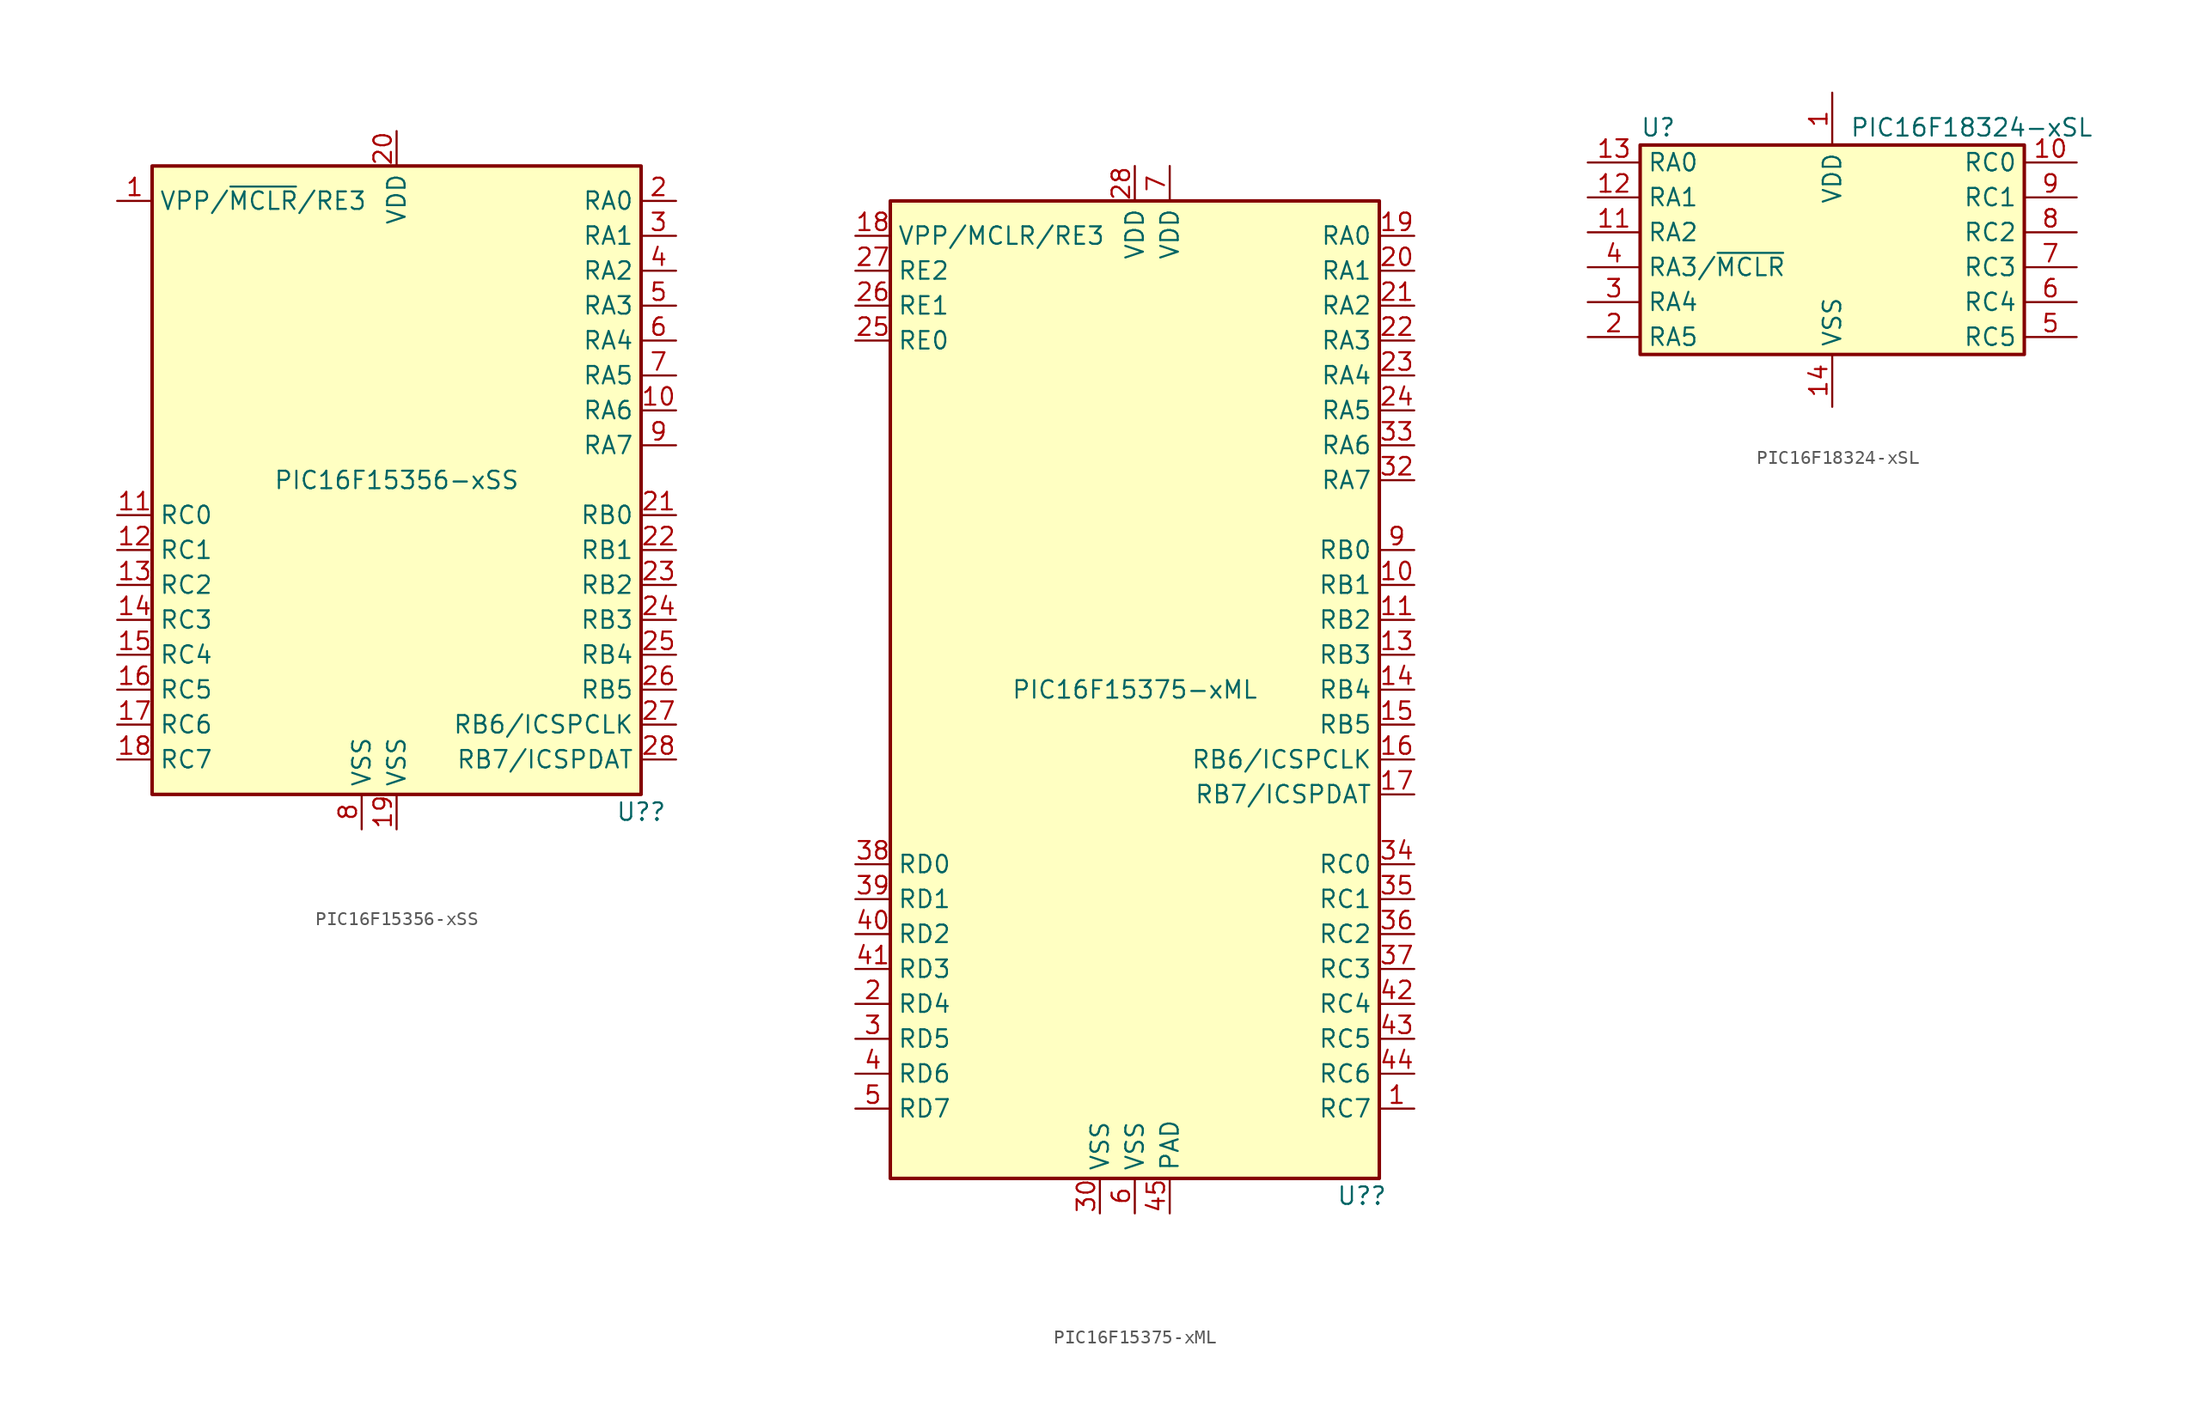
<source format=kicad_sym>
(kicad_symbol_lib
  (version 20211014)
  (generator kicad_symbol_editor)
  (symbol "PIC16F15356-xSS"
    (property "Reference" "U?"
      (at 17.78 -24.13 0)
      (effects (font (size 1.27 1.27))))
    (property "Value" "PIC16F15356-xSS"
      (at 0 0 0)
      (effects (font (size 1.27 1.27))))
    (symbol "PIC16F15356-xSS_0_1"
      (rectangle (start 17.78 22.86) (end -17.78 -22.86) (stroke (width 0.254) (type default) (color 0 0 0 0)) (fill (type background))))
    (symbol "PIC16F15356-xSS_1_1"
      (pin bidirectional line (at -20.32 20.32 0) (length 2.54) (name "VPP/~{MCLR}/RE3" (effects (font (size 1.27 1.27)))) (number "1" (effects (font (size 1.27 1.27)))))
      (pin bidirectional line (at 20.32 5.08 180) (length 2.54) (name "RA6" (effects (font (size 1.27 1.27)))) (number "10" (effects (font (size 1.27 1.27)))))
      (pin bidirectional line (at -20.32 -2.54 0) (length 2.54) (name "RC0" (effects (font (size 1.27 1.27)))) (number "11" (effects (font (size 1.27 1.27)))))
      (pin bidirectional line (at -20.32 -5.08 0) (length 2.54) (name "RC1" (effects (font (size 1.27 1.27)))) (number "12" (effects (font (size 1.27 1.27)))))
      (pin bidirectional line (at -20.32 -7.62 0) (length 2.54) (name "RC2" (effects (font (size 1.27 1.27)))) (number "13" (effects (font (size 1.27 1.27)))))
      (pin bidirectional line (at -20.32 -10.16 0) (length 2.54) (name "RC3" (effects (font (size 1.27 1.27)))) (number "14" (effects (font (size 1.27 1.27)))))
      (pin bidirectional line (at -20.32 -12.7 0) (length 2.54) (name "RC4" (effects (font (size 1.27 1.27)))) (number "15" (effects (font (size 1.27 1.27)))))
      (pin bidirectional line (at -20.32 -15.24 0) (length 2.54) (name "RC5" (effects (font (size 1.27 1.27)))) (number "16" (effects (font (size 1.27 1.27)))))
      (pin bidirectional line (at -20.32 -17.78 0) (length 2.54) (name "RC6" (effects (font (size 1.27 1.27)))) (number "17" (effects (font (size 1.27 1.27)))))
      (pin bidirectional line (at -20.32 -20.32 0) (length 2.54) (name "RC7" (effects (font (size 1.27 1.27)))) (number "18" (effects (font (size 1.27 1.27)))))
      (pin power_in line (at 0 -25.4 90) (length 2.54) (name "VSS" (effects (font (size 1.27 1.27)))) (number "19" (effects (font (size 1.27 1.27)))))
      (pin bidirectional line (at 20.32 20.32 180) (length 2.54) (name "RA0" (effects (font (size 1.27 1.27)))) (number "2" (effects (font (size 1.27 1.27)))))
      (pin power_in line (at 0 25.4 270) (length 2.54) (name "VDD" (effects (font (size 1.27 1.27)))) (number "20" (effects (font (size 1.27 1.27)))))
      (pin bidirectional line (at 20.32 -2.54 180) (length 2.54) (name "RB0" (effects (font (size 1.27 1.27)))) (number "21" (effects (font (size 1.27 1.27)))))
      (pin bidirectional line (at 20.32 -5.08 180) (length 2.54) (name "RB1" (effects (font (size 1.27 1.27)))) (number "22" (effects (font (size 1.27 1.27)))))
      (pin bidirectional line (at 20.32 -7.62 180) (length 2.54) (name "RB2" (effects (font (size 1.27 1.27)))) (number "23" (effects (font (size 1.27 1.27)))))
      (pin bidirectional line (at 20.32 -10.16 180) (length 2.54) (name "RB3" (effects (font (size 1.27 1.27)))) (number "24" (effects (font (size 1.27 1.27)))))
      (pin bidirectional line (at 20.32 -12.7 180) (length 2.54) (name "RB4" (effects (font (size 1.27 1.27)))) (number "25" (effects (font (size 1.27 1.27)))))
      (pin bidirectional line (at 20.32 -15.24 180) (length 2.54) (name "RB5" (effects (font (size 1.27 1.27)))) (number "26" (effects (font (size 1.27 1.27)))))
      (pin bidirectional line (at 20.32 -17.78 180) (length 2.54) (name "RB6/ICSPCLK" (effects (font (size 1.27 1.27)))) (number "27" (effects (font (size 1.27 1.27)))))
      (pin bidirectional line (at 20.32 -20.32 180) (length 2.54) (name "RB7/ICSPDAT" (effects (font (size 1.27 1.27)))) (number "28" (effects (font (size 1.27 1.27)))))
      (pin bidirectional line (at 20.32 17.78 180) (length 2.54) (name "RA1" (effects (font (size 1.27 1.27)))) (number "3" (effects (font (size 1.27 1.27)))))
      (pin bidirectional line (at 20.32 15.24 180) (length 2.54) (name "RA2" (effects (font (size 1.27 1.27)))) (number "4" (effects (font (size 1.27 1.27)))))
      (pin bidirectional line (at 20.32 12.7 180) (length 2.54) (name "RA3" (effects (font (size 1.27 1.27)))) (number "5" (effects (font (size 1.27 1.27)))))
      (pin bidirectional line (at 20.32 10.16 180) (length 2.54) (name "RA4" (effects (font (size 1.27 1.27)))) (number "6" (effects (font (size 1.27 1.27)))))
      (pin bidirectional line (at 20.32 7.62 180) (length 2.54) (name "RA5" (effects (font (size 1.27 1.27)))) (number "7" (effects (font (size 1.27 1.27)))))
      (pin power_in line (at -2.54 -25.4 90) (length 2.54) (name "VSS" (effects (font (size 1.27 1.27)))) (number "8" (effects (font (size 1.27 1.27)))))
      (pin bidirectional line (at 20.32 2.54 180) (length 2.54) (name "RA7" (effects (font (size 1.27 1.27)))) (number "9" (effects (font (size 1.27 1.27)))))))
  (symbol "PIC16F15375-xML"
    (property "Reference" "U?"
      (at 16.51 -36.83 0)
      (effects (font (size 1.27 1.27))))
    (property "Value" "PIC16F15375-xML"
      (at 0 0 0)
      (effects (font (size 1.27 1.27))))
    (symbol "PIC16F15375-xML_0_0"
      (pin no_connect line (at -20.32 0 0) (length 2.54) hide (name "NC" (effects (font (size 1.27 1.27)))) (number "13" (effects (font (size 1.27 1.27)))))
      (pin no_connect line (at -20.32 2.54 0) (length 2.54) hide (name "NC" (effects (font (size 1.27 1.27)))) (number "29" (effects (font (size 1.27 1.27)))))
      (pin no_connect line (at -20.32 7.62 0) (length 2.54) hide (name "NC" (effects (font (size 1.27 1.27)))) (number "31" (effects (font (size 1.27 1.27)))))
      (pin power_in line (at 2.54 -38.1 90) (length 2.54) (name "PAD" (effects (font (size 1.27 1.27)))) (number "45" (effects (font (size 1.27 1.27)))))
      (pin no_connect line (at -20.32 5.08 0) (length 2.54) hide (name "NC" (effects (font (size 1.27 1.27)))) (number "8" (effects (font (size 1.27 1.27))))))
    (symbol "PIC16F15375-xML_0_1"
      (rectangle (start -17.78 35.56) (end 17.78 -35.56) (stroke (width 0.254) (type default) (color 0 0 0 0)) (fill (type background))))
    (symbol "PIC16F15375-xML_1_1"
      (pin bidirectional line (at 20.32 -30.48 180) (length 2.54) (name "RC7" (effects (font (size 1.27 1.27)))) (number "1" (effects (font (size 1.27 1.27)))))
      (pin bidirectional line (at 20.32 7.62 180) (length 2.54) (name "RB1" (effects (font (size 1.27 1.27)))) (number "10" (effects (font (size 1.27 1.27)))))
      (pin bidirectional line (at 20.32 5.08 180) (length 2.54) (name "RB2" (effects (font (size 1.27 1.27)))) (number "11" (effects (font (size 1.27 1.27)))))
      (pin bidirectional line (at 20.32 2.54 180) (length 2.54) (name "RB3" (effects (font (size 1.27 1.27)))) (number "13" (effects (font (size 1.27 1.27)))))
      (pin bidirectional line (at 20.32 0 180) (length 2.54) (name "RB4" (effects (font (size 1.27 1.27)))) (number "14" (effects (font (size 1.27 1.27)))))
      (pin bidirectional line (at 20.32 -2.54 180) (length 2.54) (name "RB5" (effects (font (size 1.27 1.27)))) (number "15" (effects (font (size 1.27 1.27)))))
      (pin bidirectional line (at 20.32 -5.08 180) (length 2.54) (name "RB6/ICSPCLK" (effects (font (size 1.27 1.27)))) (number "16" (effects (font (size 1.27 1.27)))))
      (pin bidirectional line (at 20.32 -7.62 180) (length 2.54) (name "RB7/ICSPDAT" (effects (font (size 1.27 1.27)))) (number "17" (effects (font (size 1.27 1.27)))))
      (pin bidirectional line (at -20.32 33.02 0) (length 2.54) (name "VPP/MCLR/RE3" (effects (font (size 1.27 1.27)))) (number "18" (effects (font (size 1.27 1.27)))))
      (pin bidirectional line (at 20.32 33.02 180) (length 2.54) (name "RA0" (effects (font (size 1.27 1.27)))) (number "19" (effects (font (size 1.27 1.27)))))
      (pin bidirectional line (at -20.32 -22.86 0) (length 2.54) (name "RD4" (effects (font (size 1.27 1.27)))) (number "2" (effects (font (size 1.27 1.27)))))
      (pin bidirectional line (at 20.32 30.48 180) (length 2.54) (name "RA1" (effects (font (size 1.27 1.27)))) (number "20" (effects (font (size 1.27 1.27)))))
      (pin bidirectional line (at 20.32 27.94 180) (length 2.54) (name "RA2" (effects (font (size 1.27 1.27)))) (number "21" (effects (font (size 1.27 1.27)))))
      (pin bidirectional line (at 20.32 25.4 180) (length 2.54) (name "RA3" (effects (font (size 1.27 1.27)))) (number "22" (effects (font (size 1.27 1.27)))))
      (pin bidirectional line (at 20.32 22.86 180) (length 2.54) (name "RA4" (effects (font (size 1.27 1.27)))) (number "23" (effects (font (size 1.27 1.27)))))
      (pin bidirectional line (at 20.32 20.32 180) (length 2.54) (name "RA5" (effects (font (size 1.27 1.27)))) (number "24" (effects (font (size 1.27 1.27)))))
      (pin bidirectional line (at -20.32 25.4 0) (length 2.54) (name "RE0" (effects (font (size 1.27 1.27)))) (number "25" (effects (font (size 1.27 1.27)))))
      (pin bidirectional line (at -20.32 27.94 0) (length 2.54) (name "RE1" (effects (font (size 1.27 1.27)))) (number "26" (effects (font (size 1.27 1.27)))))
      (pin bidirectional line (at -20.32 30.48 0) (length 2.54) (name "RE2" (effects (font (size 1.27 1.27)))) (number "27" (effects (font (size 1.27 1.27)))))
      (pin power_in line (at 0 38.1 270) (length 2.54) (name "VDD" (effects (font (size 1.27 1.27)))) (number "28" (effects (font (size 1.27 1.27)))))
      (pin bidirectional line (at -20.32 -25.4 0) (length 2.54) (name "RD5" (effects (font (size 1.27 1.27)))) (number "3" (effects (font (size 1.27 1.27)))))
      (pin power_in line (at -2.54 -38.1 90) (length 2.54) (name "VSS" (effects (font (size 1.27 1.27)))) (number "30" (effects (font (size 1.27 1.27)))))
      (pin bidirectional line (at 20.32 15.24 180) (length 2.54) (name "RA7" (effects (font (size 1.27 1.27)))) (number "32" (effects (font (size 1.27 1.27)))))
      (pin bidirectional line (at 20.32 17.78 180) (length 2.54) (name "RA6" (effects (font (size 1.27 1.27)))) (number "33" (effects (font (size 1.27 1.27)))))
      (pin bidirectional line (at 20.32 -12.7 180) (length 2.54) (name "RC0" (effects (font (size 1.27 1.27)))) (number "34" (effects (font (size 1.27 1.27)))))
      (pin bidirectional line (at 20.32 -15.24 180) (length 2.54) (name "RC1" (effects (font (size 1.27 1.27)))) (number "35" (effects (font (size 1.27 1.27)))))
      (pin bidirectional line (at 20.32 -17.78 180) (length 2.54) (name "RC2" (effects (font (size 1.27 1.27)))) (number "36" (effects (font (size 1.27 1.27)))))
      (pin bidirectional line (at 20.32 -20.32 180) (length 2.54) (name "RC3" (effects (font (size 1.27 1.27)))) (number "37" (effects (font (size 1.27 1.27)))))
      (pin bidirectional line (at -20.32 -12.7 0) (length 2.54) (name "RD0" (effects (font (size 1.27 1.27)))) (number "38" (effects (font (size 1.27 1.27)))))
      (pin bidirectional line (at -20.32 -15.24 0) (length 2.54) (name "RD1" (effects (font (size 1.27 1.27)))) (number "39" (effects (font (size 1.27 1.27)))))
      (pin bidirectional line (at -20.32 -27.94 0) (length 2.54) (name "RD6" (effects (font (size 1.27 1.27)))) (number "4" (effects (font (size 1.27 1.27)))))
      (pin bidirectional line (at -20.32 -17.78 0) (length 2.54) (name "RD2" (effects (font (size 1.27 1.27)))) (number "40" (effects (font (size 1.27 1.27)))))
      (pin bidirectional line (at -20.32 -20.32 0) (length 2.54) (name "RD3" (effects (font (size 1.27 1.27)))) (number "41" (effects (font (size 1.27 1.27)))))
      (pin bidirectional line (at 20.32 -22.86 180) (length 2.54) (name "RC4" (effects (font (size 1.27 1.27)))) (number "42" (effects (font (size 1.27 1.27)))))
      (pin bidirectional line (at 20.32 -25.4 180) (length 2.54) (name "RC5" (effects (font (size 1.27 1.27)))) (number "43" (effects (font (size 1.27 1.27)))))
      (pin bidirectional line (at 20.32 -27.94 180) (length 2.54) (name "RC6" (effects (font (size 1.27 1.27)))) (number "44" (effects (font (size 1.27 1.27)))))
      (pin bidirectional line (at -20.32 -30.48 0) (length 2.54) (name "RD7" (effects (font (size 1.27 1.27)))) (number "5" (effects (font (size 1.27 1.27)))))
      (pin power_in line (at 0 -38.1 90) (length 2.54) (name "VSS" (effects (font (size 1.27 1.27)))) (number "6" (effects (font (size 1.27 1.27)))))
      (pin power_in line (at 2.54 38.1 270) (length 2.54) (name "VDD" (effects (font (size 1.27 1.27)))) (number "7" (effects (font (size 1.27 1.27)))))
      (pin bidirectional line (at 20.32 10.16 180) (length 2.54) (name "RB0" (effects (font (size 1.27 1.27)))) (number "9" (effects (font (size 1.27 1.27)))))))
  (symbol "PIC16F18324-xSL"
    (property "Reference" "U"
      (at -13.97 10.16 0)
      (effects (font (size 1.27 1.27)) (justify left)))
    (property "Value" "PIC16F18324-xSL"
      (at 1.27 10.16 0)
      (effects (font (size 1.27 1.27)) (justify left)))
    (symbol "PIC16F18324-xSL_1_1"
      (rectangle (start -13.97 8.89) (end 13.97 -6.35) (stroke (width 0.254) (type default) (color 0 0 0 0)) (fill (type background)))
      (pin power_in line (at 0 12.7 270) (length 3.81) (name "VDD" (effects (font (size 1.27 1.27)))) (number "1" (effects (font (size 1.27 1.27)))))
      (pin bidirectional line (at 17.78 7.62 180) (length 3.81) (name "RC0" (effects (font (size 1.27 1.27)))) (number "10" (effects (font (size 1.27 1.27)))))
      (pin bidirectional line (at -17.78 2.54 0) (length 3.81) (name "RA2" (effects (font (size 1.27 1.27)))) (number "11" (effects (font (size 1.27 1.27)))))
      (pin bidirectional line (at -17.78 5.08 0) (length 3.81) (name "RA1" (effects (font (size 1.27 1.27)))) (number "12" (effects (font (size 1.27 1.27)))))
      (pin bidirectional line (at -17.78 7.62 0) (length 3.81) (name "RA0" (effects (font (size 1.27 1.27)))) (number "13" (effects (font (size 1.27 1.27)))))
      (pin power_in line (at 0 -10.16 90) (length 3.81) (name "VSS" (effects (font (size 1.27 1.27)))) (number "14" (effects (font (size 1.27 1.27)))))
      (pin bidirectional line (at -17.78 -5.08 0) (length 3.81) (name "RA5" (effects (font (size 1.27 1.27)))) (number "2" (effects (font (size 1.27 1.27)))))
      (pin bidirectional line (at -17.78 -2.54 0) (length 3.81) (name "RA4" (effects (font (size 1.27 1.27)))) (number "3" (effects (font (size 1.27 1.27)))))
      (pin bidirectional line (at -17.78 0 0) (length 3.81) (name "RA3/~{MCLR}" (effects (font (size 1.27 1.27)))) (number "4" (effects (font (size 1.27 1.27)))))
      (pin bidirectional line (at 17.78 -5.08 180) (length 3.81) (name "RC5" (effects (font (size 1.27 1.27)))) (number "5" (effects (font (size 1.27 1.27)))))
      (pin bidirectional line (at 17.78 -2.54 180) (length 3.81) (name "RC4" (effects (font (size 1.27 1.27)))) (number "6" (effects (font (size 1.27 1.27)))))
      (pin bidirectional line (at 17.78 0 180) (length 3.81) (name "RC3" (effects (font (size 1.27 1.27)))) (number "7" (effects (font (size 1.27 1.27)))))
      (pin bidirectional line (at 17.78 2.54 180) (length 3.81) (name "RC2" (effects (font (size 1.27 1.27)))) (number "8" (effects (font (size 1.27 1.27)))))
      (pin bidirectional line (at 17.78 5.08 180) (length 3.81) (name "RC1" (effects (font (size 1.27 1.27)))) (number "9" (effects (font (size 1.27 1.27))))))))
</source>
